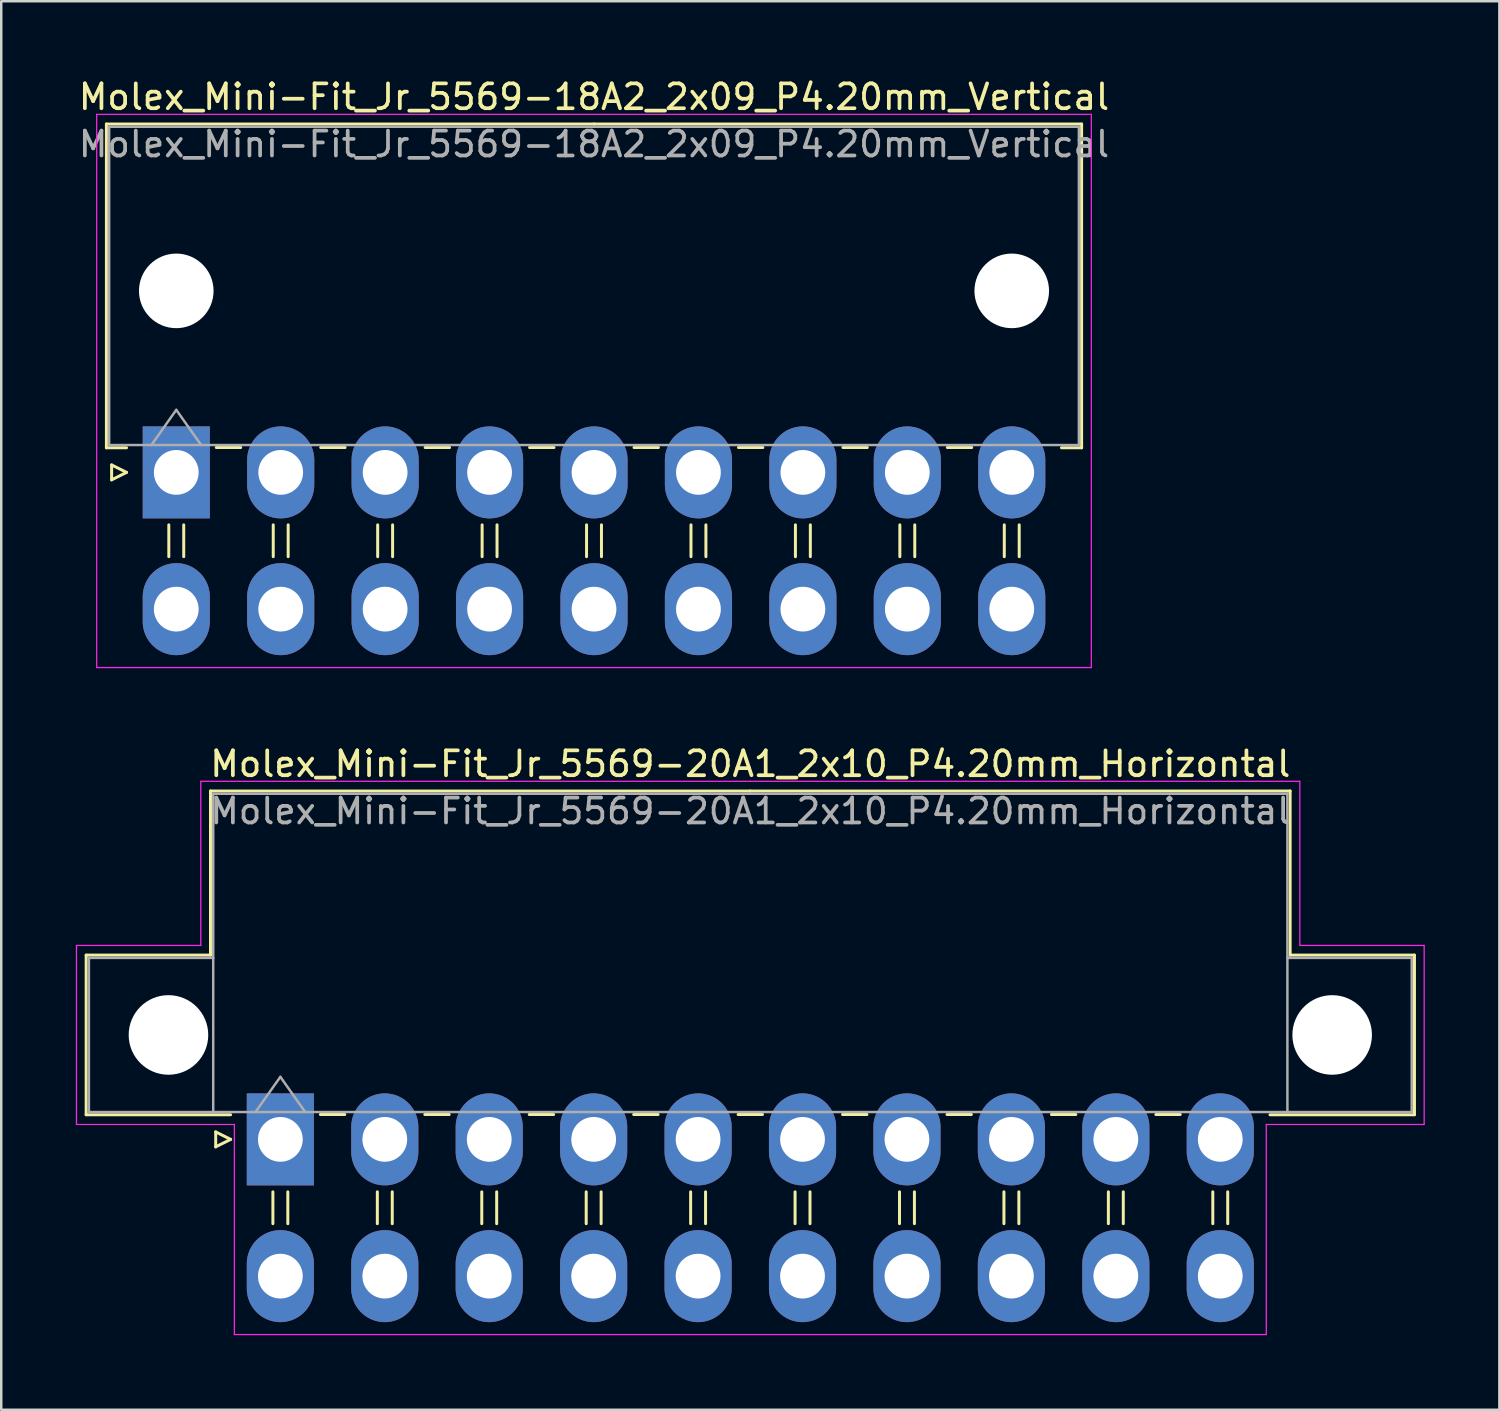
<source format=kicad_pcb>
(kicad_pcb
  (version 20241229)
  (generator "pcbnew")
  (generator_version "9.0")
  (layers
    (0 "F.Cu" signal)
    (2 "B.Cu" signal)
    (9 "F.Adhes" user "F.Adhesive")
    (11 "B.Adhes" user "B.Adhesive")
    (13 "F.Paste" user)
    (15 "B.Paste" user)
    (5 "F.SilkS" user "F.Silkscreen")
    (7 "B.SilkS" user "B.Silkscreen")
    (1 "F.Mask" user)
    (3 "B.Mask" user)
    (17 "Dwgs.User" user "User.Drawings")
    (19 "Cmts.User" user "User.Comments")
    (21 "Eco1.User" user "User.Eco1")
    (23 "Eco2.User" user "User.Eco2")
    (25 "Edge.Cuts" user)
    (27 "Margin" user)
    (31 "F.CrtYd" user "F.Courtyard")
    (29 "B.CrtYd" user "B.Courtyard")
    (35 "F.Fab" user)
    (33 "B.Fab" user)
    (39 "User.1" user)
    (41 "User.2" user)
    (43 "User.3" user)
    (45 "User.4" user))
  (footprint "Molex_Mini-Fit_Jr_5569-20A1_2x10_P4.20mm_Horizontal"
    (layer "F.Cu")
    (at 8.225 42.772)
    (property "Reference" "Molex_Mini-Fit_Jr_5569-20A1_2x10_P4.20mm_Horizontal" (at 18.9 -15.1 0) (layer "F.SilkS") (effects (font (size 1 1) (thickness 0.15))))
    (attr through_hole)
    (fp_line (start -7.81 -7.41) (end -7.81 -0.99) (stroke (width 0.12) (type solid)) (layer "F.SilkS"))
    (fp_line (start -7.81 -0.99) (end -2 -0.99) (stroke (width 0.12) (type solid)) (layer "F.SilkS"))
    (fp_line (start -2.81 -14.01) (end -2.81 -7.41) (stroke (width 0.12) (type solid)) (layer "F.SilkS"))
    (fp_line (start -2.81 -7.41) (end -7.81 -7.41) (stroke (width 0.12) (type solid)) (layer "F.SilkS"))
    (fp_line (start -2.6 -0.3) (end -2 0) (stroke (width 0.12) (type solid)) (layer "F.SilkS"))
    (fp_line (start -2.6 0.3) (end -2.6 -0.3) (stroke (width 0.12) (type solid)) (layer "F.SilkS"))
    (fp_line (start -2 0) (end -2.6 0.3) (stroke (width 0.12) (type solid)) (layer "F.SilkS"))
    (fp_line (start -0.3 2.11) (end -0.3 3.39) (stroke (width 0.12) (type solid)) (layer "F.SilkS"))
    (fp_line (start 0.3 2.11) (end 0.3 3.39) (stroke (width 0.12) (type solid)) (layer "F.SilkS"))
    (fp_line (start 1.61 -1) (end 2.59 -1) (stroke (width 0.12) (type solid)) (layer "F.SilkS"))
    (fp_line (start 3.9 2.11) (end 3.9 3.39) (stroke (width 0.12) (type solid)) (layer "F.SilkS"))
    (fp_line (start 4.5 2.11) (end 4.5 3.39) (stroke (width 0.12) (type solid)) (layer "F.SilkS"))
    (fp_line (start 5.81 -1) (end 6.79 -1) (stroke (width 0.12) (type solid)) (layer "F.SilkS"))
    (fp_line (start 8.1 2.11) (end 8.1 3.39) (stroke (width 0.12) (type solid)) (layer "F.SilkS"))
    (fp_line (start 8.7 2.11) (end 8.7 3.39) (stroke (width 0.12) (type solid)) (layer "F.SilkS"))
    (fp_line (start 10.01 -1) (end 10.99 -1) (stroke (width 0.12) (type solid)) (layer "F.SilkS"))
    (fp_line (start 12.3 2.11) (end 12.3 3.39) (stroke (width 0.12) (type solid)) (layer "F.SilkS"))
    (fp_line (start 12.9 2.11) (end 12.9 3.39) (stroke (width 0.12) (type solid)) (layer "F.SilkS"))
    (fp_line (start 14.21 -1) (end 15.19 -1) (stroke (width 0.12) (type solid)) (layer "F.SilkS"))
    (fp_line (start 16.5 2.11) (end 16.5 3.39) (stroke (width 0.12) (type solid)) (layer "F.SilkS"))
    (fp_line (start 17.1 2.11) (end 17.1 3.39) (stroke (width 0.12) (type solid)) (layer "F.SilkS"))
    (fp_line (start 18.41 -1) (end 19.39 -1) (stroke (width 0.12) (type solid)) (layer "F.SilkS"))
    (fp_line (start 18.9 -14.01) (end -2.81 -14.01) (stroke (width 0.12) (type solid)) (layer "F.SilkS"))
    (fp_line (start 18.9 -14.01) (end 40.61 -14.01) (stroke (width 0.12) (type solid)) (layer "F.SilkS"))
    (fp_line (start 20.7 2.11) (end 20.7 3.39) (stroke (width 0.12) (type solid)) (layer "F.SilkS"))
    (fp_line (start 21.3 2.11) (end 21.3 3.39) (stroke (width 0.12) (type solid)) (layer "F.SilkS"))
    (fp_line (start 22.61 -1) (end 23.59 -1) (stroke (width 0.12) (type solid)) (layer "F.SilkS"))
    (fp_line (start 24.9 2.11) (end 24.9 3.39) (stroke (width 0.12) (type solid)) (layer "F.SilkS"))
    (fp_line (start 25.5 2.11) (end 25.5 3.39) (stroke (width 0.12) (type solid)) (layer "F.SilkS"))
    (fp_line (start 26.81 -1) (end 27.79 -1) (stroke (width 0.12) (type solid)) (layer "F.SilkS"))
    (fp_line (start 29.1 2.11) (end 29.1 3.39) (stroke (width 0.12) (type solid)) (layer "F.SilkS"))
    (fp_line (start 29.7 2.11) (end 29.7 3.39) (stroke (width 0.12) (type solid)) (layer "F.SilkS"))
    (fp_line (start 31.01 -1) (end 31.99 -1) (stroke (width 0.12) (type solid)) (layer "F.SilkS"))
    (fp_line (start 33.3 2.11) (end 33.3 3.39) (stroke (width 0.12) (type solid)) (layer "F.SilkS"))
    (fp_line (start 33.9 2.11) (end 33.9 3.39) (stroke (width 0.12) (type solid)) (layer "F.SilkS"))
    (fp_line (start 35.21 -1) (end 36.19 -1) (stroke (width 0.12) (type solid)) (layer "F.SilkS"))
    (fp_line (start 37.5 2.11) (end 37.5 3.39) (stroke (width 0.12) (type solid)) (layer "F.SilkS"))
    (fp_line (start 38.1 2.11) (end 38.1 3.39) (stroke (width 0.12) (type solid)) (layer "F.SilkS"))
    (fp_line (start 40.61 -14.01) (end 40.61 -7.41) (stroke (width 0.12) (type solid)) (layer "F.SilkS"))
    (fp_line (start 40.61 -7.41) (end 45.61 -7.41) (stroke (width 0.12) (type solid)) (layer "F.SilkS"))
    (fp_line (start 45.61 -7.41) (end 45.61 -0.99) (stroke (width 0.12) (type solid)) (layer "F.SilkS"))
    (fp_line (start 45.61 -0.99) (end 39.8 -0.99) (stroke (width 0.12) (type solid)) (layer "F.SilkS"))
    (fp_line (start -8.2 -7.8) (end -8.2 -0.6) (stroke (width 0.05) (type solid)) (layer "F.CrtYd"))
    (fp_line (start -8.2 -0.6) (end -1.85 -0.6) (stroke (width 0.05) (type solid)) (layer "F.CrtYd"))
    (fp_line (start -3.2 -14.4) (end -3.2 -7.8) (stroke (width 0.05) (type solid)) (layer "F.CrtYd"))
    (fp_line (start -3.2 -7.8) (end -8.2 -7.8) (stroke (width 0.05) (type solid)) (layer "F.CrtYd"))
    (fp_line (start -1.85 -0.6) (end -1.85 7.85) (stroke (width 0.05) (type solid)) (layer "F.CrtYd"))
    (fp_line (start -1.85 7.85) (end 18.9 7.85) (stroke (width 0.05) (type solid)) (layer "F.CrtYd"))
    (fp_line (start 18.9 -14.4) (end -3.2 -14.4) (stroke (width 0.05) (type solid)) (layer "F.CrtYd"))
    (fp_line (start 18.9 -14.4) (end 41 -14.4) (stroke (width 0.05) (type solid)) (layer "F.CrtYd"))
    (fp_line (start 39.65 -0.6) (end 39.65 7.85) (stroke (width 0.05) (type solid)) (layer "F.CrtYd"))
    (fp_line (start 39.65 7.85) (end 18.9 7.85) (stroke (width 0.05) (type solid)) (layer "F.CrtYd"))
    (fp_line (start 41 -14.4) (end 41 -7.8) (stroke (width 0.05) (type solid)) (layer "F.CrtYd"))
    (fp_line (start 41 -7.8) (end 46 -7.8) (stroke (width 0.05) (type solid)) (layer "F.CrtYd"))
    (fp_line (start 46 -7.8) (end 46 -0.6) (stroke (width 0.05) (type solid)) (layer "F.CrtYd"))
    (fp_line (start 46 -0.6) (end 39.65 -0.6) (stroke (width 0.05) (type solid)) (layer "F.CrtYd"))
    (fp_line (start -7.7 -7.3) (end -7.7 -1.1) (stroke (width 0.1) (type solid)) (layer "F.Fab"))
    (fp_line (start -7.7 -1.1) (end -2.7 -1.1) (stroke (width 0.1) (type solid)) (layer "F.Fab"))
    (fp_line (start -2.7 -13.9) (end -2.7 -1.1) (stroke (width 0.1) (type solid)) (layer "F.Fab"))
    (fp_line (start -2.7 -7.3) (end -7.7 -7.3) (stroke (width 0.1) (type solid)) (layer "F.Fab"))
    (fp_line (start -2.7 -1.1) (end 40.5 -1.1) (stroke (width 0.1) (type solid)) (layer "F.Fab"))
    (fp_line (start -1 -1.1) (end 0 -2.514) (stroke (width 0.1) (type solid)) (layer "F.Fab"))
    (fp_line (start 0 -2.514) (end 1 -1.1) (stroke (width 0.1) (type solid)) (layer "F.Fab"))
    (fp_line (start 40.5 -13.9) (end -2.7 -13.9) (stroke (width 0.1) (type solid)) (layer "F.Fab"))
    (fp_line (start 40.5 -7.3) (end 45.5 -7.3) (stroke (width 0.1) (type solid)) (layer "F.Fab"))
    (fp_line (start 40.5 -1.1) (end 40.5 -13.9) (stroke (width 0.1) (type solid)) (layer "F.Fab"))
    (fp_line (start 45.5 -7.3) (end 45.5 -1.1) (stroke (width 0.1) (type solid)) (layer "F.Fab"))
    (fp_line (start 45.5 -1.1) (end 40.5 -1.1) (stroke (width 0.1) (type solid)) (layer "F.Fab"))
    (fp_text user "${REFERENCE}" (at 18.9 -13.2 0) (layer "F.Fab") (effects (font (size 1 1) (thickness 0.15))))
    (pad "" np_thru_hole circle (at -4.5 -4.2) (size 3.2 3.2) (drill 3.2) (layers "*.Cu" "*.Mask"))
    (pad "" np_thru_hole circle (at 42.3 -4.2) (size 3.2 3.2) (drill 3.2) (layers "*.Cu" "*.Mask"))
    (pad "1" thru_hole rect (at 0 0) (size 2.7 3.7) (drill 1.8) (layers "*.Cu" "*.Mask"))
    (pad "2" thru_hole oval (at 4.2 0) (size 2.7 3.7) (drill 1.8) (layers "*.Cu" "*.Mask"))
    (pad "3" thru_hole oval (at 8.4 0) (size 2.7 3.7) (drill 1.8) (layers "*.Cu" "*.Mask"))
    (pad "4" thru_hole oval (at 12.6 0) (size 2.7 3.7) (drill 1.8) (layers "*.Cu" "*.Mask"))
    (pad "5" thru_hole oval (at 16.8 0) (size 2.7 3.7) (drill 1.8) (layers "*.Cu" "*.Mask"))
    (pad "6" thru_hole oval (at 21 0) (size 2.7 3.7) (drill 1.8) (layers "*.Cu" "*.Mask"))
    (pad "7" thru_hole oval (at 25.2 0) (size 2.7 3.7) (drill 1.8) (layers "*.Cu" "*.Mask"))
    (pad "8" thru_hole oval (at 29.4 0) (size 2.7 3.7) (drill 1.8) (layers "*.Cu" "*.Mask"))
    (pad "9" thru_hole oval (at 33.6 0) (size 2.7 3.7) (drill 1.8) (layers "*.Cu" "*.Mask"))
    (pad "10" thru_hole oval (at 37.8 0) (size 2.7 3.7) (drill 1.8) (layers "*.Cu" "*.Mask"))
    (pad "11" thru_hole oval (at 0 5.5) (size 2.7 3.7) (drill 1.8) (layers "*.Cu" "*.Mask"))
    (pad "12" thru_hole oval (at 4.2 5.5) (size 2.7 3.7) (drill 1.8) (layers "*.Cu" "*.Mask"))
    (pad "13" thru_hole oval (at 8.4 5.5) (size 2.7 3.7) (drill 1.8) (layers "*.Cu" "*.Mask"))
    (pad "14" thru_hole oval (at 12.6 5.5) (size 2.7 3.7) (drill 1.8) (layers "*.Cu" "*.Mask"))
    (pad "15" thru_hole oval (at 16.8 5.5) (size 2.7 3.7) (drill 1.8) (layers "*.Cu" "*.Mask"))
    (pad "16" thru_hole oval (at 21 5.5) (size 2.7 3.7) (drill 1.8) (layers "*.Cu" "*.Mask"))
    (pad "17" thru_hole oval (at 25.2 5.5) (size 2.7 3.7) (drill 1.8) (layers "*.Cu" "*.Mask"))
    (pad "18" thru_hole oval (at 29.4 5.5) (size 2.7 3.7) (drill 1.8) (layers "*.Cu" "*.Mask"))
    (pad "19" thru_hole oval (at 33.6 5.5) (size 2.7 3.7) (drill 1.8) (layers "*.Cu" "*.Mask"))
    (pad "20" thru_hole oval (at 37.8 5.5) (size 2.7 3.7) (drill 1.8) (layers "*.Cu" "*.Mask")))
  (footprint "Molex_Mini-Fit_Jr_5569-18A2_2x09_P4.20mm_Vertical"
    (layer "F.Cu")
    (at 4.039 15.948)
    (property "Reference" "Molex_Mini-Fit_Jr_5569-18A2_2x09_P4.20mm_Vertical" (at 16.8 -15.1 0) (layer "F.SilkS") (effects (font (size 1 1) (thickness 0.15))))
    (attr through_hole)
    (fp_line (start -2.81 -14.01) (end 16.8 -14.01) (stroke (width 0.12) (type solid)) (layer "F.SilkS"))
    (fp_line (start -2.81 -0.99) (end -2.81 -14.01) (stroke (width 0.12) (type solid)) (layer "F.SilkS"))
    (fp_line (start -2.6 -0.3) (end -2 0) (stroke (width 0.12) (type solid)) (layer "F.SilkS"))
    (fp_line (start -2.6 0.3) (end -2.6 -0.3) (stroke (width 0.12) (type solid)) (layer "F.SilkS"))
    (fp_line (start -2 -0.99) (end -2.81 -0.99) (stroke (width 0.12) (type solid)) (layer "F.SilkS"))
    (fp_line (start -2 0) (end -2.6 0.3) (stroke (width 0.12) (type solid)) (layer "F.SilkS"))
    (fp_line (start -0.3 2.11) (end -0.3 3.39) (stroke (width 0.12) (type solid)) (layer "F.SilkS"))
    (fp_line (start 0.3 2.11) (end 0.3 3.39) (stroke (width 0.12) (type solid)) (layer "F.SilkS"))
    (fp_line (start 1.61 -1) (end 2.59 -1) (stroke (width 0.12) (type solid)) (layer "F.SilkS"))
    (fp_line (start 3.9 2.11) (end 3.9 3.39) (stroke (width 0.12) (type solid)) (layer "F.SilkS"))
    (fp_line (start 4.5 2.11) (end 4.5 3.39) (stroke (width 0.12) (type solid)) (layer "F.SilkS"))
    (fp_line (start 5.81 -1) (end 6.79 -1) (stroke (width 0.12) (type solid)) (layer "F.SilkS"))
    (fp_line (start 8.1 2.11) (end 8.1 3.39) (stroke (width 0.12) (type solid)) (layer "F.SilkS"))
    (fp_line (start 8.7 2.11) (end 8.7 3.39) (stroke (width 0.12) (type solid)) (layer "F.SilkS"))
    (fp_line (start 10.01 -1) (end 10.99 -1) (stroke (width 0.12) (type solid)) (layer "F.SilkS"))
    (fp_line (start 12.3 2.11) (end 12.3 3.39) (stroke (width 0.12) (type solid)) (layer "F.SilkS"))
    (fp_line (start 12.9 2.11) (end 12.9 3.39) (stroke (width 0.12) (type solid)) (layer "F.SilkS"))
    (fp_line (start 14.21 -1) (end 15.19 -1) (stroke (width 0.12) (type solid)) (layer "F.SilkS"))
    (fp_line (start 16.5 2.11) (end 16.5 3.39) (stroke (width 0.12) (type solid)) (layer "F.SilkS"))
    (fp_line (start 17.1 2.11) (end 17.1 3.39) (stroke (width 0.12) (type solid)) (layer "F.SilkS"))
    (fp_line (start 18.41 -1) (end 19.39 -1) (stroke (width 0.12) (type solid)) (layer "F.SilkS"))
    (fp_line (start 20.7 2.11) (end 20.7 3.39) (stroke (width 0.12) (type solid)) (layer "F.SilkS"))
    (fp_line (start 21.3 2.11) (end 21.3 3.39) (stroke (width 0.12) (type solid)) (layer "F.SilkS"))
    (fp_line (start 22.61 -1) (end 23.59 -1) (stroke (width 0.12) (type solid)) (layer "F.SilkS"))
    (fp_line (start 24.9 2.11) (end 24.9 3.39) (stroke (width 0.12) (type solid)) (layer "F.SilkS"))
    (fp_line (start 25.5 2.11) (end 25.5 3.39) (stroke (width 0.12) (type solid)) (layer "F.SilkS"))
    (fp_line (start 26.81 -1) (end 27.79 -1) (stroke (width 0.12) (type solid)) (layer "F.SilkS"))
    (fp_line (start 29.1 2.11) (end 29.1 3.39) (stroke (width 0.12) (type solid)) (layer "F.SilkS"))
    (fp_line (start 29.7 2.11) (end 29.7 3.39) (stroke (width 0.12) (type solid)) (layer "F.SilkS"))
    (fp_line (start 31.01 -1) (end 31.99 -1) (stroke (width 0.12) (type solid)) (layer "F.SilkS"))
    (fp_line (start 33.3 2.11) (end 33.3 3.39) (stroke (width 0.12) (type solid)) (layer "F.SilkS"))
    (fp_line (start 33.9 2.11) (end 33.9 3.39) (stroke (width 0.12) (type solid)) (layer "F.SilkS"))
    (fp_line (start 35.6 -0.99) (end 36.41 -0.99) (stroke (width 0.12) (type solid)) (layer "F.SilkS"))
    (fp_line (start 36.41 -14.01) (end 16.8 -14.01) (stroke (width 0.12) (type solid)) (layer "F.SilkS"))
    (fp_line (start 36.41 -0.99) (end 36.41 -14.01) (stroke (width 0.12) (type solid)) (layer "F.SilkS"))
    (fp_line (start -3.2 -14.4) (end -3.2 7.85) (stroke (width 0.05) (type solid)) (layer "F.CrtYd"))
    (fp_line (start -3.2 7.85) (end 36.8 7.85) (stroke (width 0.05) (type solid)) (layer "F.CrtYd"))
    (fp_line (start 36.8 -14.4) (end -3.2 -14.4) (stroke (width 0.05) (type solid)) (layer "F.CrtYd"))
    (fp_line (start 36.8 7.85) (end 36.8 -14.4) (stroke (width 0.05) (type solid)) (layer "F.CrtYd"))
    (fp_line (start -2.7 -13.9) (end -2.7 -1.1) (stroke (width 0.1) (type solid)) (layer "F.Fab"))
    (fp_line (start -2.7 -1.1) (end 36.3 -1.1) (stroke (width 0.1) (type solid)) (layer "F.Fab"))
    (fp_line (start -1 -1.1) (end 0 -2.514) (stroke (width 0.1) (type solid)) (layer "F.Fab"))
    (fp_line (start 0 -2.514) (end 1 -1.1) (stroke (width 0.1) (type solid)) (layer "F.Fab"))
    (fp_line (start 36.3 -13.9) (end -2.7 -13.9) (stroke (width 0.1) (type solid)) (layer "F.Fab"))
    (fp_line (start 36.3 -1.1) (end 36.3 -13.9) (stroke (width 0.1) (type solid)) (layer "F.Fab"))
    (fp_text user "${REFERENCE}" (at 16.8 -13.2 0) (layer "F.Fab") (effects (font (size 1 1) (thickness 0.15))))
    (pad "" np_thru_hole circle (at 0 -7.3) (size 3 3) (drill 3) (layers "*.Cu" "*.Mask"))
    (pad "" np_thru_hole circle (at 33.6 -7.3) (size 3 3) (drill 3) (layers "*.Cu" "*.Mask"))
    (pad "1" thru_hole rect (at 0 0) (size 2.7 3.7) (drill 1.8) (layers "*.Cu" "*.Mask"))
    (pad "2" thru_hole oval (at 4.2 0) (size 2.7 3.7) (drill 1.8) (layers "*.Cu" "*.Mask"))
    (pad "3" thru_hole oval (at 8.4 0) (size 2.7 3.7) (drill 1.8) (layers "*.Cu" "*.Mask"))
    (pad "4" thru_hole oval (at 12.6 0) (size 2.7 3.7) (drill 1.8) (layers "*.Cu" "*.Mask"))
    (pad "5" thru_hole oval (at 16.8 0) (size 2.7 3.7) (drill 1.8) (layers "*.Cu" "*.Mask"))
    (pad "6" thru_hole oval (at 21 0) (size 2.7 3.7) (drill 1.8) (layers "*.Cu" "*.Mask"))
    (pad "7" thru_hole oval (at 25.2 0) (size 2.7 3.7) (drill 1.8) (layers "*.Cu" "*.Mask"))
    (pad "8" thru_hole oval (at 29.4 0) (size 2.7 3.7) (drill 1.8) (layers "*.Cu" "*.Mask"))
    (pad "9" thru_hole oval (at 33.6 0) (size 2.7 3.7) (drill 1.8) (layers "*.Cu" "*.Mask"))
    (pad "10" thru_hole oval (at 0 5.5) (size 2.7 3.7) (drill 1.8) (layers "*.Cu" "*.Mask"))
    (pad "11" thru_hole oval (at 4.2 5.5) (size 2.7 3.7) (drill 1.8) (layers "*.Cu" "*.Mask"))
    (pad "12" thru_hole oval (at 8.4 5.5) (size 2.7 3.7) (drill 1.8) (layers "*.Cu" "*.Mask"))
    (pad "13" thru_hole oval (at 12.6 5.5) (size 2.7 3.7) (drill 1.8) (layers "*.Cu" "*.Mask"))
    (pad "14" thru_hole oval (at 16.8 5.5) (size 2.7 3.7) (drill 1.8) (layers "*.Cu" "*.Mask"))
    (pad "15" thru_hole oval (at 21 5.5) (size 2.7 3.7) (drill 1.8) (layers "*.Cu" "*.Mask"))
    (pad "16" thru_hole oval (at 25.2 5.5) (size 2.7 3.7) (drill 1.8) (layers "*.Cu" "*.Mask"))
    (pad "17" thru_hole oval (at 29.4 5.5) (size 2.7 3.7) (drill 1.8) (layers "*.Cu" "*.Mask"))
    (pad "18" thru_hole oval (at 33.6 5.5) (size 2.7 3.7) (drill 1.8) (layers "*.Cu" "*.Mask")))
  (gr_rect
    (start -3 -3)
    (end 57.25 53.647)
    (stroke (width 0.1) (type default))
    (fill no)
    (layer "Edge.Cuts")))
</source>
